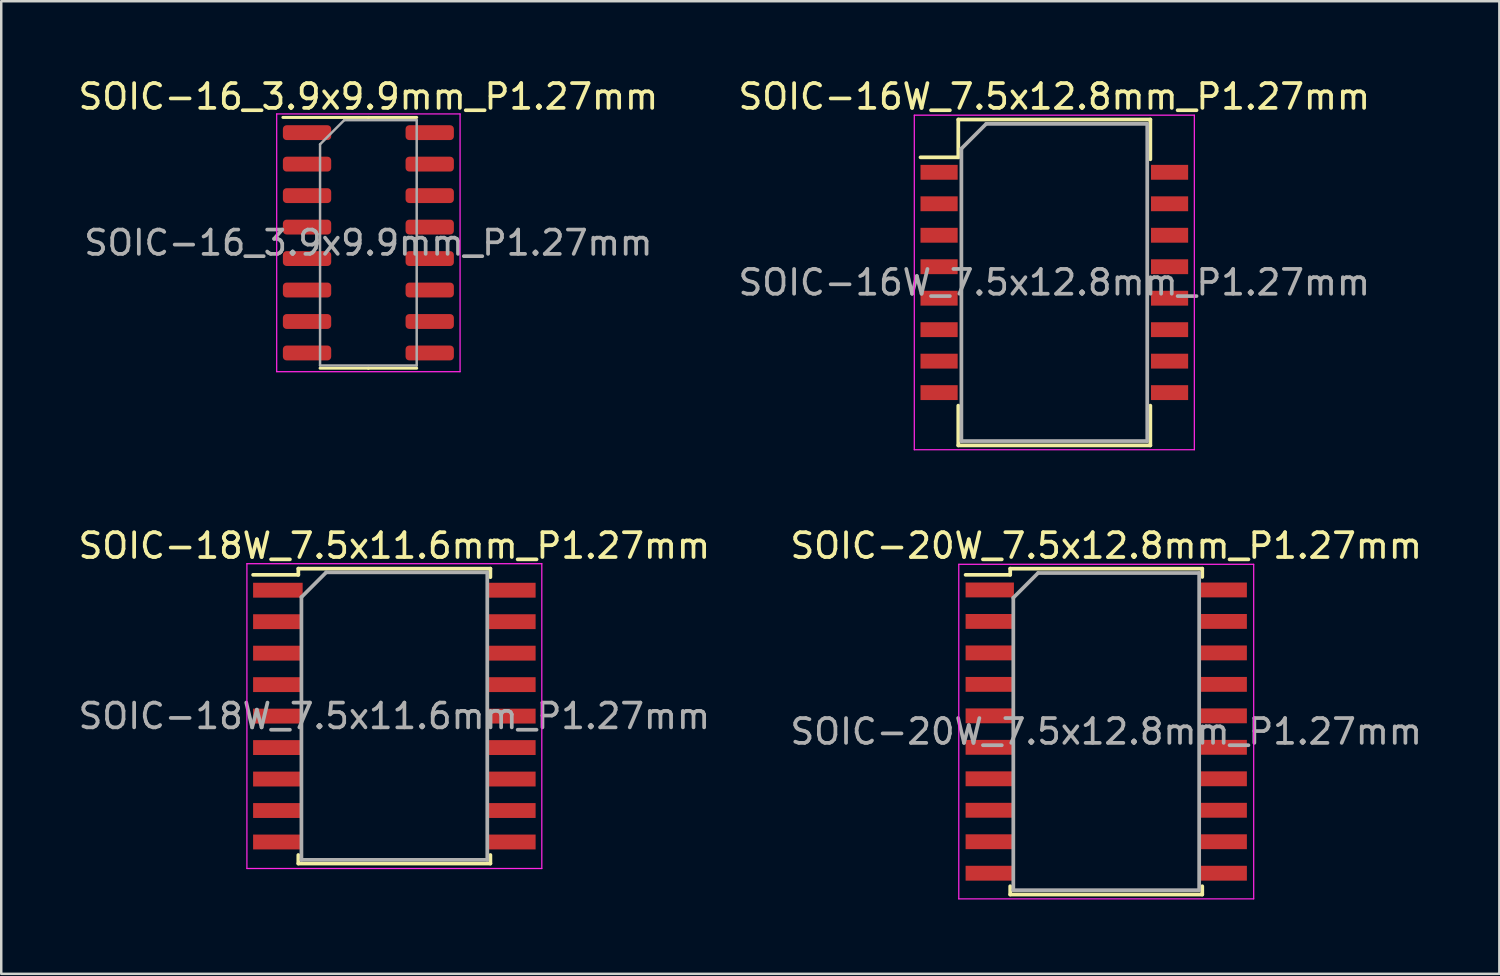
<source format=kicad_pcb>
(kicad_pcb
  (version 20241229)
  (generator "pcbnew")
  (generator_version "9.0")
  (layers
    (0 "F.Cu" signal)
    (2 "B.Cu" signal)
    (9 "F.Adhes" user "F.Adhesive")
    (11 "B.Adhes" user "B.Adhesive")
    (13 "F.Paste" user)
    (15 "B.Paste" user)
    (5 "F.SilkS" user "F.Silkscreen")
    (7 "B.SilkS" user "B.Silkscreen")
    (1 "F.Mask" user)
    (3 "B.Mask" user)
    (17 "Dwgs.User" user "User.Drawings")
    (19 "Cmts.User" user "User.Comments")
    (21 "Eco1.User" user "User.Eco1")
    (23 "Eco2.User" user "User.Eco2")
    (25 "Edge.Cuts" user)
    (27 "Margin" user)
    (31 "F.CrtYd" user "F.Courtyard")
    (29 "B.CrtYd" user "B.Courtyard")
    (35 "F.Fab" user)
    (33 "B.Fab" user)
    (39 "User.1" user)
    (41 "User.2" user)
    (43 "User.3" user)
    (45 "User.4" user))
  (footprint "SOIC-18W_7.5x11.6mm_P1.27mm"
    (layer "F.Cu")
    (at 12.863 25.846)
    (property "Reference" "SOIC-18W_7.5x11.6mm_P1.27mm" (at 0 -6.875 0) (layer "F.SilkS") (effects (font (size 1 1) (thickness 0.15))))
    (attr smd)
    (fp_line (start -3.875 -5.95) (end -3.875 -5.7) (stroke (width 0.15) (type solid)) (layer "F.SilkS"))
    (fp_line (start -3.875 -5.95) (end 3.875 -5.95) (stroke (width 0.15) (type solid)) (layer "F.SilkS"))
    (fp_line (start -3.875 -5.7) (end -5.7 -5.7) (stroke (width 0.15) (type solid)) (layer "F.SilkS"))
    (fp_line (start -3.875 5.95) (end -3.875 5.605) (stroke (width 0.15) (type solid)) (layer "F.SilkS"))
    (fp_line (start -3.875 5.95) (end 3.875 5.95) (stroke (width 0.15) (type solid)) (layer "F.SilkS"))
    (fp_line (start 3.875 -5.95) (end 3.875 -5.605) (stroke (width 0.15) (type solid)) (layer "F.SilkS"))
    (fp_line (start 3.875 5.95) (end 3.875 5.605) (stroke (width 0.15) (type solid)) (layer "F.SilkS"))
    (fp_line (start -5.95 -6.15) (end -5.95 6.15) (stroke (width 0.05) (type solid)) (layer "F.CrtYd"))
    (fp_line (start -5.95 -6.15) (end 5.95 -6.15) (stroke (width 0.05) (type solid)) (layer "F.CrtYd"))
    (fp_line (start -5.95 6.15) (end 5.95 6.15) (stroke (width 0.05) (type solid)) (layer "F.CrtYd"))
    (fp_line (start 5.95 -6.15) (end 5.95 6.15) (stroke (width 0.05) (type solid)) (layer "F.CrtYd"))
    (fp_line (start -3.75 -4.8) (end -2.75 -5.8) (stroke (width 0.15) (type solid)) (layer "F.Fab"))
    (fp_line (start -3.75 5.8) (end -3.75 -4.8) (stroke (width 0.15) (type solid)) (layer "F.Fab"))
    (fp_line (start -2.75 -5.8) (end 3.75 -5.8) (stroke (width 0.15) (type solid)) (layer "F.Fab"))
    (fp_line (start 3.75 -5.8) (end 3.75 5.8) (stroke (width 0.15) (type solid)) (layer "F.Fab"))
    (fp_line (start 3.75 5.8) (end -3.75 5.8) (stroke (width 0.15) (type solid)) (layer "F.Fab"))
    (fp_text user "${REFERENCE}" (at 0 0 0) (layer "F.Fab") (effects (font (size 1 1) (thickness 0.15))))
    (pad "1" smd rect (at -4.7 -5.08) (size 2 0.6) (layers "F.Cu" "F.Mask" "F.Paste"))
    (pad "2" smd rect (at -4.7 -3.81) (size 2 0.6) (layers "F.Cu" "F.Mask" "F.Paste"))
    (pad "3" smd rect (at -4.7 -2.54) (size 2 0.6) (layers "F.Cu" "F.Mask" "F.Paste"))
    (pad "4" smd rect (at -4.7 -1.27) (size 2 0.6) (layers "F.Cu" "F.Mask" "F.Paste"))
    (pad "5" smd rect (at -4.7 0) (size 2 0.6) (layers "F.Cu" "F.Mask" "F.Paste"))
    (pad "6" smd rect (at -4.7 1.27) (size 2 0.6) (layers "F.Cu" "F.Mask" "F.Paste"))
    (pad "7" smd rect (at -4.7 2.54) (size 2 0.6) (layers "F.Cu" "F.Mask" "F.Paste"))
    (pad "8" smd rect (at -4.7 3.81) (size 2 0.6) (layers "F.Cu" "F.Mask" "F.Paste"))
    (pad "9" smd rect (at -4.7 5.08) (size 2 0.6) (layers "F.Cu" "F.Mask" "F.Paste"))
    (pad "10" smd rect (at 4.7 5.08) (size 2 0.6) (layers "F.Cu" "F.Mask" "F.Paste"))
    (pad "11" smd rect (at 4.7 3.81) (size 2 0.6) (layers "F.Cu" "F.Mask" "F.Paste"))
    (pad "12" smd rect (at 4.7 2.54) (size 2 0.6) (layers "F.Cu" "F.Mask" "F.Paste"))
    (pad "13" smd rect (at 4.7 1.27) (size 2 0.6) (layers "F.Cu" "F.Mask" "F.Paste"))
    (pad "14" smd rect (at 4.7 0) (size 2 0.6) (layers "F.Cu" "F.Mask" "F.Paste"))
    (pad "15" smd rect (at 4.7 -1.27) (size 2 0.6) (layers "F.Cu" "F.Mask" "F.Paste"))
    (pad "16" smd rect (at 4.7 -2.54) (size 2 0.6) (layers "F.Cu" "F.Mask" "F.Paste"))
    (pad "17" smd rect (at 4.7 -3.81) (size 2 0.6) (layers "F.Cu" "F.Mask" "F.Paste"))
    (pad "18" smd rect (at 4.7 -5.08) (size 2 0.6) (layers "F.Cu" "F.Mask" "F.Paste")))
  (footprint "SOIC-16_3.9x9.9mm_P1.27mm"
    (layer "F.Cu")
    (at 11.815 6.748)
    (property "Reference" "SOIC-16_3.9x9.9mm_P1.27mm" (at 0 -5.9 0) (layer "F.SilkS") (effects (font (size 1 1) (thickness 0.15))))
    (attr smd)
    (fp_line (start 0 -5.06) (end -3.45 -5.06) (stroke (width 0.12) (type solid)) (layer "F.SilkS"))
    (fp_line (start 0 -5.06) (end 1.95 -5.06) (stroke (width 0.12) (type solid)) (layer "F.SilkS"))
    (fp_line (start 0 5.06) (end -1.95 5.06) (stroke (width 0.12) (type solid)) (layer "F.SilkS"))
    (fp_line (start 0 5.06) (end 1.95 5.06) (stroke (width 0.12) (type solid)) (layer "F.SilkS"))
    (fp_line (start -3.7 -5.2) (end -3.7 5.2) (stroke (width 0.05) (type solid)) (layer "F.CrtYd"))
    (fp_line (start -3.7 5.2) (end 3.7 5.2) (stroke (width 0.05) (type solid)) (layer "F.CrtYd"))
    (fp_line (start 3.7 -5.2) (end -3.7 -5.2) (stroke (width 0.05) (type solid)) (layer "F.CrtYd"))
    (fp_line (start 3.7 5.2) (end 3.7 -5.2) (stroke (width 0.05) (type solid)) (layer "F.CrtYd"))
    (fp_line (start -1.95 -3.975) (end -0.975 -4.95) (stroke (width 0.1) (type solid)) (layer "F.Fab"))
    (fp_line (start -1.95 4.95) (end -1.95 -3.975) (stroke (width 0.1) (type solid)) (layer "F.Fab"))
    (fp_line (start -0.975 -4.95) (end 1.95 -4.95) (stroke (width 0.1) (type solid)) (layer "F.Fab"))
    (fp_line (start 1.95 -4.95) (end 1.95 4.95) (stroke (width 0.1) (type solid)) (layer "F.Fab"))
    (fp_line (start 1.95 4.95) (end -1.95 4.95) (stroke (width 0.1) (type solid)) (layer "F.Fab"))
    (fp_text user "${REFERENCE}" (at 0 0 0) (layer "F.Fab") (effects (font (size 0.98 0.98) (thickness 0.15))))
    (pad "1" smd roundrect (at -2.475 -4.445) (size 1.95 0.6) (layers "F.Cu" "F.Mask" "F.Paste") (roundrect_rratio 0.25))
    (pad "2" smd roundrect (at -2.475 -3.175) (size 1.95 0.6) (layers "F.Cu" "F.Mask" "F.Paste") (roundrect_rratio 0.25))
    (pad "3" smd roundrect (at -2.475 -1.905) (size 1.95 0.6) (layers "F.Cu" "F.Mask" "F.Paste") (roundrect_rratio 0.25))
    (pad "4" smd roundrect (at -2.475 -0.635) (size 1.95 0.6) (layers "F.Cu" "F.Mask" "F.Paste") (roundrect_rratio 0.25))
    (pad "5" smd roundrect (at -2.475 0.635) (size 1.95 0.6) (layers "F.Cu" "F.Mask" "F.Paste") (roundrect_rratio 0.25))
    (pad "6" smd roundrect (at -2.475 1.905) (size 1.95 0.6) (layers "F.Cu" "F.Mask" "F.Paste") (roundrect_rratio 0.25))
    (pad "7" smd roundrect (at -2.475 3.175) (size 1.95 0.6) (layers "F.Cu" "F.Mask" "F.Paste") (roundrect_rratio 0.25))
    (pad "8" smd roundrect (at -2.475 4.445) (size 1.95 0.6) (layers "F.Cu" "F.Mask" "F.Paste") (roundrect_rratio 0.25))
    (pad "9" smd roundrect (at 2.475 4.445) (size 1.95 0.6) (layers "F.Cu" "F.Mask" "F.Paste") (roundrect_rratio 0.25))
    (pad "10" smd roundrect (at 2.475 3.175) (size 1.95 0.6) (layers "F.Cu" "F.Mask" "F.Paste") (roundrect_rratio 0.25))
    (pad "11" smd roundrect (at 2.475 1.905) (size 1.95 0.6) (layers "F.Cu" "F.Mask" "F.Paste") (roundrect_rratio 0.25))
    (pad "12" smd roundrect (at 2.475 0.635) (size 1.95 0.6) (layers "F.Cu" "F.Mask" "F.Paste") (roundrect_rratio 0.25))
    (pad "13" smd roundrect (at 2.475 -0.635) (size 1.95 0.6) (layers "F.Cu" "F.Mask" "F.Paste") (roundrect_rratio 0.25))
    (pad "14" smd roundrect (at 2.475 -1.905) (size 1.95 0.6) (layers "F.Cu" "F.Mask" "F.Paste") (roundrect_rratio 0.25))
    (pad "15" smd roundrect (at 2.475 -3.175) (size 1.95 0.6) (layers "F.Cu" "F.Mask" "F.Paste") (roundrect_rratio 0.25))
    (pad "16" smd roundrect (at 2.475 -4.445) (size 1.95 0.6) (layers "F.Cu" "F.Mask" "F.Paste") (roundrect_rratio 0.25)))
  (footprint "SOIC-16W_7.5x12.8mm_P1.27mm"
    (layer "F.Cu")
    (at 39.494 8.348)
    (property "Reference" "SOIC-16W_7.5x12.8mm_P1.27mm" (at 0 -7.5 0) (layer "F.SilkS") (effects (font (size 1 1) (thickness 0.15))))
    (attr smd)
    (fp_line (start -3.875 -6.575) (end -3.875 -5.05) (stroke (width 0.15) (type solid)) (layer "F.SilkS"))
    (fp_line (start -3.875 -6.575) (end 3.875 -6.575) (stroke (width 0.15) (type solid)) (layer "F.SilkS"))
    (fp_line (start -3.875 -5.05) (end -5.4 -5.05) (stroke (width 0.15) (type solid)) (layer "F.SilkS"))
    (fp_line (start -3.875 6.575) (end -3.875 4.97) (stroke (width 0.15) (type solid)) (layer "F.SilkS"))
    (fp_line (start -3.875 6.575) (end 3.875 6.575) (stroke (width 0.15) (type solid)) (layer "F.SilkS"))
    (fp_line (start 3.875 -6.575) (end 3.875 -4.97) (stroke (width 0.15) (type solid)) (layer "F.SilkS"))
    (fp_line (start 3.875 6.575) (end 3.875 4.97) (stroke (width 0.15) (type solid)) (layer "F.SilkS"))
    (fp_line (start -5.65 -6.75) (end -5.65 6.75) (stroke (width 0.05) (type solid)) (layer "F.CrtYd"))
    (fp_line (start -5.65 -6.75) (end 5.65 -6.75) (stroke (width 0.05) (type solid)) (layer "F.CrtYd"))
    (fp_line (start -5.65 6.75) (end 5.65 6.75) (stroke (width 0.05) (type solid)) (layer "F.CrtYd"))
    (fp_line (start 5.65 -6.75) (end 5.65 6.75) (stroke (width 0.05) (type solid)) (layer "F.CrtYd"))
    (fp_line (start -3.75 -5.4) (end -2.75 -6.4) (stroke (width 0.15) (type solid)) (layer "F.Fab"))
    (fp_line (start -3.75 6.4) (end -3.75 -5.4) (stroke (width 0.15) (type solid)) (layer "F.Fab"))
    (fp_line (start -2.75 -6.4) (end 3.75 -6.4) (stroke (width 0.15) (type solid)) (layer "F.Fab"))
    (fp_line (start 3.75 -6.4) (end 3.75 6.4) (stroke (width 0.15) (type solid)) (layer "F.Fab"))
    (fp_line (start 3.75 6.4) (end -3.75 6.4) (stroke (width 0.15) (type solid)) (layer "F.Fab"))
    (fp_text user "${REFERENCE}" (at 0 0 0) (layer "F.Fab") (effects (font (size 1 1) (thickness 0.15))))
    (pad "1" smd rect (at -4.65 -4.445) (size 1.5 0.6) (layers "F.Cu" "F.Mask" "F.Paste"))
    (pad "2" smd rect (at -4.65 -3.175) (size 1.5 0.6) (layers "F.Cu" "F.Mask" "F.Paste"))
    (pad "3" smd rect (at -4.65 -1.905) (size 1.5 0.6) (layers "F.Cu" "F.Mask" "F.Paste"))
    (pad "4" smd rect (at -4.65 -0.635) (size 1.5 0.6) (layers "F.Cu" "F.Mask" "F.Paste"))
    (pad "5" smd rect (at -4.65 0.635) (size 1.5 0.6) (layers "F.Cu" "F.Mask" "F.Paste"))
    (pad "6" smd rect (at -4.65 1.905) (size 1.5 0.6) (layers "F.Cu" "F.Mask" "F.Paste"))
    (pad "7" smd rect (at -4.65 3.175) (size 1.5 0.6) (layers "F.Cu" "F.Mask" "F.Paste"))
    (pad "8" smd rect (at -4.65 4.445) (size 1.5 0.6) (layers "F.Cu" "F.Mask" "F.Paste"))
    (pad "9" smd rect (at 4.65 4.445) (size 1.5 0.6) (layers "F.Cu" "F.Mask" "F.Paste"))
    (pad "10" smd rect (at 4.65 3.175) (size 1.5 0.6) (layers "F.Cu" "F.Mask" "F.Paste"))
    (pad "11" smd rect (at 4.65 1.905) (size 1.5 0.6) (layers "F.Cu" "F.Mask" "F.Paste"))
    (pad "12" smd rect (at 4.65 0.635) (size 1.5 0.6) (layers "F.Cu" "F.Mask" "F.Paste"))
    (pad "13" smd rect (at 4.65 -0.635) (size 1.5 0.6) (layers "F.Cu" "F.Mask" "F.Paste"))
    (pad "14" smd rect (at 4.65 -1.905) (size 1.5 0.6) (layers "F.Cu" "F.Mask" "F.Paste"))
    (pad "15" smd rect (at 4.65 -3.175) (size 1.5 0.6) (layers "F.Cu" "F.Mask" "F.Paste"))
    (pad "16" smd rect (at 4.65 -4.445) (size 1.5 0.6) (layers "F.Cu" "F.Mask" "F.Paste")))
  (footprint "SOIC-20W_7.5x12.8mm_P1.27mm"
    (layer "F.Cu")
    (at 41.589 26.471)
    (property "Reference" "SOIC-20W_7.5x12.8mm_P1.27mm" (at 0 -7.5 0) (layer "F.SilkS") (effects (font (size 1 1) (thickness 0.15))))
    (attr smd)
    (fp_line (start -3.875 -6.575) (end -3.875 -6.325) (stroke (width 0.15) (type solid)) (layer "F.SilkS"))
    (fp_line (start -3.875 -6.575) (end 3.875 -6.575) (stroke (width 0.15) (type solid)) (layer "F.SilkS"))
    (fp_line (start -3.875 -6.325) (end -5.675 -6.325) (stroke (width 0.15) (type solid)) (layer "F.SilkS"))
    (fp_line (start -3.875 6.575) (end -3.875 6.24) (stroke (width 0.15) (type solid)) (layer "F.SilkS"))
    (fp_line (start -3.875 6.575) (end 3.875 6.575) (stroke (width 0.15) (type solid)) (layer "F.SilkS"))
    (fp_line (start 3.875 -6.575) (end 3.875 -6.24) (stroke (width 0.15) (type solid)) (layer "F.SilkS"))
    (fp_line (start 3.875 6.575) (end 3.875 6.24) (stroke (width 0.15) (type solid)) (layer "F.SilkS"))
    (fp_line (start -5.95 -6.75) (end -5.95 6.75) (stroke (width 0.05) (type solid)) (layer "F.CrtYd"))
    (fp_line (start -5.95 -6.75) (end 5.95 -6.75) (stroke (width 0.05) (type solid)) (layer "F.CrtYd"))
    (fp_line (start -5.95 6.75) (end 5.95 6.75) (stroke (width 0.05) (type solid)) (layer "F.CrtYd"))
    (fp_line (start 5.95 -6.75) (end 5.95 6.75) (stroke (width 0.05) (type solid)) (layer "F.CrtYd"))
    (fp_line (start -3.75 -5.4) (end -2.75 -6.4) (stroke (width 0.15) (type solid)) (layer "F.Fab"))
    (fp_line (start -3.75 6.4) (end -3.75 -5.4) (stroke (width 0.15) (type solid)) (layer "F.Fab"))
    (fp_line (start -2.75 -6.4) (end 3.75 -6.4) (stroke (width 0.15) (type solid)) (layer "F.Fab"))
    (fp_line (start 3.75 -6.4) (end 3.75 6.4) (stroke (width 0.15) (type solid)) (layer "F.Fab"))
    (fp_line (start 3.75 6.4) (end -3.75 6.4) (stroke (width 0.15) (type solid)) (layer "F.Fab"))
    (fp_text user "${REFERENCE}" (at 0 0 0) (layer "F.Fab") (effects (font (size 1 1) (thickness 0.15))))
    (pad "1" smd rect (at -4.7 -5.715) (size 1.95 0.6) (layers "F.Cu" "F.Mask" "F.Paste"))
    (pad "2" smd rect (at -4.7 -4.445) (size 1.95 0.6) (layers "F.Cu" "F.Mask" "F.Paste"))
    (pad "3" smd rect (at -4.7 -3.175) (size 1.95 0.6) (layers "F.Cu" "F.Mask" "F.Paste"))
    (pad "4" smd rect (at -4.7 -1.905) (size 1.95 0.6) (layers "F.Cu" "F.Mask" "F.Paste"))
    (pad "5" smd rect (at -4.7 -0.635) (size 1.95 0.6) (layers "F.Cu" "F.Mask" "F.Paste"))
    (pad "6" smd rect (at -4.7 0.635) (size 1.95 0.6) (layers "F.Cu" "F.Mask" "F.Paste"))
    (pad "7" smd rect (at -4.7 1.905) (size 1.95 0.6) (layers "F.Cu" "F.Mask" "F.Paste"))
    (pad "8" smd rect (at -4.7 3.175) (size 1.95 0.6) (layers "F.Cu" "F.Mask" "F.Paste"))
    (pad "9" smd rect (at -4.7 4.445) (size 1.95 0.6) (layers "F.Cu" "F.Mask" "F.Paste"))
    (pad "10" smd rect (at -4.7 5.715) (size 1.95 0.6) (layers "F.Cu" "F.Mask" "F.Paste"))
    (pad "11" smd rect (at 4.7 5.715) (size 1.95 0.6) (layers "F.Cu" "F.Mask" "F.Paste"))
    (pad "12" smd rect (at 4.7 4.445) (size 1.95 0.6) (layers "F.Cu" "F.Mask" "F.Paste"))
    (pad "13" smd rect (at 4.7 3.175) (size 1.95 0.6) (layers "F.Cu" "F.Mask" "F.Paste"))
    (pad "14" smd rect (at 4.7 1.905) (size 1.95 0.6) (layers "F.Cu" "F.Mask" "F.Paste"))
    (pad "15" smd rect (at 4.7 0.635) (size 1.95 0.6) (layers "F.Cu" "F.Mask" "F.Paste"))
    (pad "16" smd rect (at 4.7 -0.635) (size 1.95 0.6) (layers "F.Cu" "F.Mask" "F.Paste"))
    (pad "17" smd rect (at 4.7 -1.905) (size 1.95 0.6) (layers "F.Cu" "F.Mask" "F.Paste"))
    (pad "18" smd rect (at 4.7 -3.175) (size 1.95 0.6) (layers "F.Cu" "F.Mask" "F.Paste"))
    (pad "19" smd rect (at 4.7 -4.445) (size 1.95 0.6) (layers "F.Cu" "F.Mask" "F.Paste"))
    (pad "20" smd rect (at 4.7 -5.715) (size 1.95 0.6) (layers "F.Cu" "F.Mask" "F.Paste")))
  (gr_rect
    (start -3 -3)
    (end 57.452 36.246)
    (stroke (width 0.1) (type default))
    (fill no)
    (layer "Edge.Cuts")))
</source>
